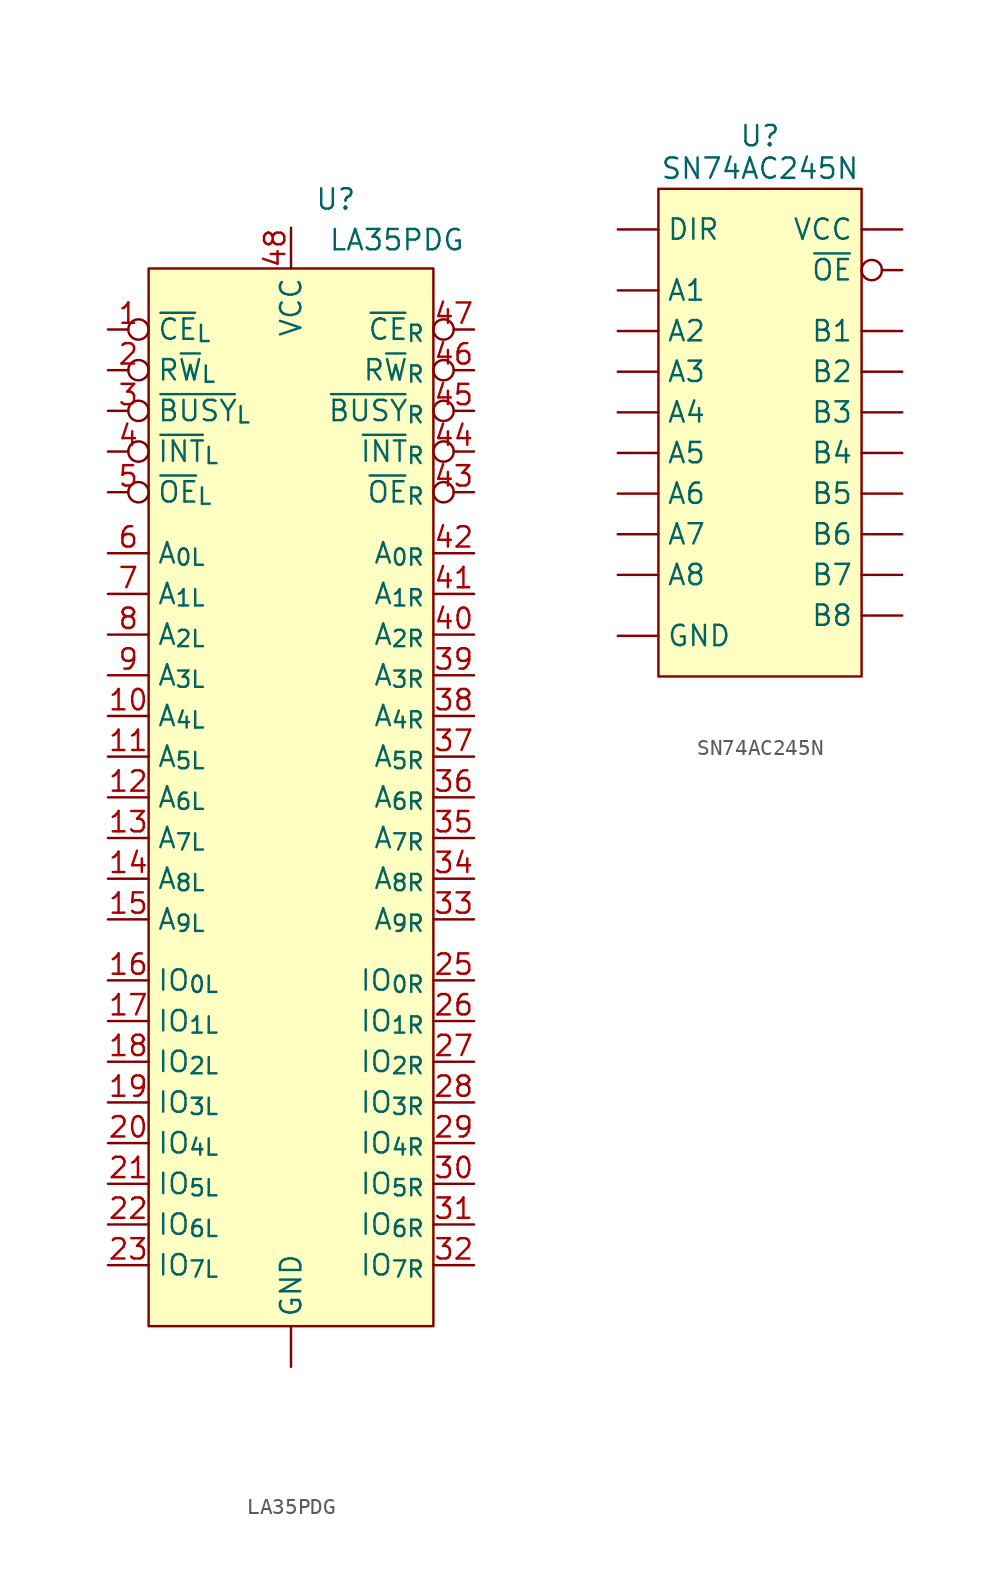
<source format=kicad_sym>
(kicad_symbol_lib
  (version 20231120)
  (generator "kicad_symbol_editor")
  (generator_version "8.0")
  (symbol "LA35PDG"
    (property "Reference" "U"
      (at 2.794 37.338 0)
      (effects (font (size 1.27 1.27))))
    (property "Value" "LA35PDG"
      (at 6.604 34.798 0)
      (effects (font (size 1.27 1.27))))
    (symbol "LA35PDG_1_1"
      (rectangle (start -8.89 33.02) (end 8.89 -33.02) (stroke (width 0) (type default)) (fill (type background)))
      (pin power_in line (at 0 -35.56 90) (length 2.54) (name "GND" (effects (font (size 1.27 1.27)))) (number "" (effects (font (size 1.27 1.27)))))
      (pin input inverted (at -11.43 29.21 0) (length 2.54) (name "~{CE}_{L}" (effects (font (size 1.27 1.27)))) (number "1" (effects (font (size 1.27 1.27)))))
      (pin input line (at -11.43 5.08 0) (length 2.54) (name "A_{4L}" (effects (font (size 1.27 1.27)))) (number "10" (effects (font (size 1.27 1.27)))))
      (pin input line (at -11.43 2.54 0) (length 2.54) (name "A_{5L}" (effects (font (size 1.27 1.27)))) (number "11" (effects (font (size 1.27 1.27)))))
      (pin input line (at -11.43 0 0) (length 2.54) (name "A_{6L}" (effects (font (size 1.27 1.27)))) (number "12" (effects (font (size 1.27 1.27)))))
      (pin input line (at -11.43 -2.54 0) (length 2.54) (name "A_{7L}" (effects (font (size 1.27 1.27)))) (number "13" (effects (font (size 1.27 1.27)))))
      (pin input line (at -11.43 -5.08 0) (length 2.54) (name "A_{8L}" (effects (font (size 1.27 1.27)))) (number "14" (effects (font (size 1.27 1.27)))))
      (pin input line (at -11.43 -7.62 0) (length 2.54) (name "A_{9L}" (effects (font (size 1.27 1.27)))) (number "15" (effects (font (size 1.27 1.27)))))
      (pin bidirectional line (at -11.43 -11.43 0) (length 2.54) (name "IO_{0L}" (effects (font (size 1.27 1.27)))) (number "16" (effects (font (size 1.27 1.27)))))
      (pin bidirectional line (at -11.43 -13.97 0) (length 2.54) (name "IO_{1L}" (effects (font (size 1.27 1.27)))) (number "17" (effects (font (size 1.27 1.27)))))
      (pin bidirectional line (at -11.43 -16.51 0) (length 2.54) (name "IO_{2L}" (effects (font (size 1.27 1.27)))) (number "18" (effects (font (size 1.27 1.27)))))
      (pin bidirectional line (at -11.43 -19.05 0) (length 2.54) (name "IO_{3L}" (effects (font (size 1.27 1.27)))) (number "19" (effects (font (size 1.27 1.27)))))
      (pin input inverted (at -11.43 26.67 0) (length 2.54) (name "R~{W}_{L}" (effects (font (size 1.27 1.27)))) (number "2" (effects (font (size 1.27 1.27)))))
      (pin bidirectional line (at -11.43 -21.59 0) (length 2.54) (name "IO_{4L}" (effects (font (size 1.27 1.27)))) (number "20" (effects (font (size 1.27 1.27)))))
      (pin bidirectional line (at -11.43 -24.13 0) (length 2.54) (name "IO_{5L}" (effects (font (size 1.27 1.27)))) (number "21" (effects (font (size 1.27 1.27)))))
      (pin bidirectional line (at -11.43 -26.67 0) (length 2.54) (name "IO_{6L}" (effects (font (size 1.27 1.27)))) (number "22" (effects (font (size 1.27 1.27)))))
      (pin bidirectional line (at -11.43 -29.21 0) (length 2.54) (name "IO_{7L}" (effects (font (size 1.27 1.27)))) (number "23" (effects (font (size 1.27 1.27)))))
      (pin bidirectional line (at 11.43 -11.43 180) (length 2.54) (name "IO_{0R}" (effects (font (size 1.27 1.27)))) (number "25" (effects (font (size 1.27 1.27)))))
      (pin bidirectional line (at 11.43 -13.97 180) (length 2.54) (name "IO_{1R}" (effects (font (size 1.27 1.27)))) (number "26" (effects (font (size 1.27 1.27)))))
      (pin bidirectional line (at 11.43 -16.51 180) (length 2.54) (name "IO_{2R}" (effects (font (size 1.27 1.27)))) (number "27" (effects (font (size 1.27 1.27)))))
      (pin bidirectional line (at 11.43 -19.05 180) (length 2.54) (name "IO_{3R}" (effects (font (size 1.27 1.27)))) (number "28" (effects (font (size 1.27 1.27)))))
      (pin bidirectional line (at 11.43 -21.59 180) (length 2.54) (name "IO_{4R}" (effects (font (size 1.27 1.27)))) (number "29" (effects (font (size 1.27 1.27)))))
      (pin output inverted (at -11.43 24.13 0) (length 2.54) (name "~{BUSY}_{L}" (effects (font (size 1.27 1.27)))) (number "3" (effects (font (size 1.27 1.27)))))
      (pin bidirectional line (at 11.43 -24.13 180) (length 2.54) (name "IO_{5R}" (effects (font (size 1.27 1.27)))) (number "30" (effects (font (size 1.27 1.27)))))
      (pin bidirectional line (at 11.43 -26.67 180) (length 2.54) (name "IO_{6R}" (effects (font (size 1.27 1.27)))) (number "31" (effects (font (size 1.27 1.27)))))
      (pin bidirectional line (at 11.43 -29.21 180) (length 2.54) (name "IO_{7R}" (effects (font (size 1.27 1.27)))) (number "32" (effects (font (size 1.27 1.27)))))
      (pin input line (at 11.43 -7.62 180) (length 2.54) (name "A_{9R}" (effects (font (size 1.27 1.27)))) (number "33" (effects (font (size 1.27 1.27)))))
      (pin input line (at 11.43 -5.08 180) (length 2.54) (name "A_{8R}" (effects (font (size 1.27 1.27)))) (number "34" (effects (font (size 1.27 1.27)))))
      (pin input line (at 11.43 -2.54 180) (length 2.54) (name "A_{7R}" (effects (font (size 1.27 1.27)))) (number "35" (effects (font (size 1.27 1.27)))))
      (pin input line (at 11.43 0 180) (length 2.54) (name "A_{6R}" (effects (font (size 1.27 1.27)))) (number "36" (effects (font (size 1.27 1.27)))))
      (pin input line (at 11.43 2.54 180) (length 2.54) (name "A_{5R}" (effects (font (size 1.27 1.27)))) (number "37" (effects (font (size 1.27 1.27)))))
      (pin input line (at 11.43 5.08 180) (length 2.54) (name "A_{4R}" (effects (font (size 1.27 1.27)))) (number "38" (effects (font (size 1.27 1.27)))))
      (pin input line (at 11.43 7.62 180) (length 2.54) (name "A_{3R}" (effects (font (size 1.27 1.27)))) (number "39" (effects (font (size 1.27 1.27)))))
      (pin output inverted (at -11.43 21.59 0) (length 2.54) (name "~{INT}_{L}" (effects (font (size 1.27 1.27)))) (number "4" (effects (font (size 1.27 1.27)))))
      (pin input line (at 11.43 10.16 180) (length 2.54) (name "A_{2R}" (effects (font (size 1.27 1.27)))) (number "40" (effects (font (size 1.27 1.27)))))
      (pin input line (at 11.43 12.7 180) (length 2.54) (name "A_{1R}" (effects (font (size 1.27 1.27)))) (number "41" (effects (font (size 1.27 1.27)))))
      (pin input line (at 11.43 15.24 180) (length 2.54) (name "A_{0R}" (effects (font (size 1.27 1.27)))) (number "42" (effects (font (size 1.27 1.27)))))
      (pin input inverted (at 11.43 19.05 180) (length 2.54) (name "~{OE}_{R}" (effects (font (size 1.27 1.27)))) (number "43" (effects (font (size 1.27 1.27)))))
      (pin output inverted (at 11.43 21.59 180) (length 2.54) (name "~{INT}_{R}" (effects (font (size 1.27 1.27)))) (number "44" (effects (font (size 1.27 1.27)))))
      (pin output inverted (at 11.43 24.13 180) (length 2.54) (name "~{BUSY}_{R}" (effects (font (size 1.27 1.27)))) (number "45" (effects (font (size 1.27 1.27)))))
      (pin input inverted (at 11.43 26.67 180) (length 2.54) (name "R~{W}_{R}" (effects (font (size 1.27 1.27)))) (number "46" (effects (font (size 1.27 1.27)))))
      (pin input inverted (at 11.43 29.21 180) (length 2.54) (name "~{CE}_{R}" (effects (font (size 1.27 1.27)))) (number "47" (effects (font (size 1.27 1.27)))))
      (pin power_in line (at 0 35.56 270) (length 2.54) (name "VCC" (effects (font (size 1.27 1.27)))) (number "48" (effects (font (size 1.27 1.27)))))
      (pin input inverted (at -11.43 19.05 0) (length 2.54) (name "~{OE}_{L}" (effects (font (size 1.27 1.27)))) (number "5" (effects (font (size 1.27 1.27)))))
      (pin input line (at -11.43 15.24 0) (length 2.54) (name "A_{0L}" (effects (font (size 1.27 1.27)))) (number "6" (effects (font (size 1.27 1.27)))))
      (pin input line (at -11.43 12.7 0) (length 2.54) (name "A_{1L}" (effects (font (size 1.27 1.27)))) (number "7" (effects (font (size 1.27 1.27)))))
      (pin input line (at -11.43 10.16 0) (length 2.54) (name "A_{2L}" (effects (font (size 1.27 1.27)))) (number "8" (effects (font (size 1.27 1.27)))))
      (pin input line (at -11.43 7.62 0) (length 2.54) (name "A_{3L}" (effects (font (size 1.27 1.27)))) (number "9" (effects (font (size 1.27 1.27)))))))
  (symbol "SN74AC245N"
    (property "Reference" "U"
      (at 0 16.002 0)
      (effects (font (size 1.27 1.27))))
    (property "Value" "SN74AC245N"
      (at 0 13.97 0)
      (effects (font (size 1.27 1.27))))
    (symbol "SN74AC245N_1_1"
      (rectangle (start -6.35 12.7) (end 6.35 -17.78) (stroke (width 0) (type default)) (fill (type background)))
      (pin bidirectional line (at -8.89 6.35 0) (length 2.54) (name "A1" (effects (font (size 1.27 1.27)))) (number "" (effects (font (size 1.27 1.27)))))
      (pin bidirectional line (at -8.89 3.81 0) (length 2.54) (name "A2" (effects (font (size 1.27 1.27)))) (number "" (effects (font (size 1.27 1.27)))))
      (pin bidirectional line (at -8.89 1.27 0) (length 2.54) (name "A3" (effects (font (size 1.27 1.27)))) (number "" (effects (font (size 1.27 1.27)))))
      (pin bidirectional line (at -8.89 -1.27 0) (length 2.54) (name "A4" (effects (font (size 1.27 1.27)))) (number "" (effects (font (size 1.27 1.27)))))
      (pin bidirectional line (at -8.89 -3.81 0) (length 2.54) (name "A5" (effects (font (size 1.27 1.27)))) (number "" (effects (font (size 1.27 1.27)))))
      (pin bidirectional line (at -8.89 -6.35 0) (length 2.54) (name "A6" (effects (font (size 1.27 1.27)))) (number "" (effects (font (size 1.27 1.27)))))
      (pin bidirectional line (at -8.89 -8.89 0) (length 2.54) (name "A7" (effects (font (size 1.27 1.27)))) (number "" (effects (font (size 1.27 1.27)))))
      (pin bidirectional line (at -8.89 -11.43 0) (length 2.54) (name "A8" (effects (font (size 1.27 1.27)))) (number "" (effects (font (size 1.27 1.27)))))
      (pin bidirectional line (at 8.89 3.81 180) (length 2.54) (name "B1" (effects (font (size 1.27 1.27)))) (number "" (effects (font (size 1.27 1.27)))))
      (pin bidirectional line (at 8.89 1.27 180) (length 2.54) (name "B2" (effects (font (size 1.27 1.27)))) (number "" (effects (font (size 1.27 1.27)))))
      (pin bidirectional line (at 8.89 -1.27 180) (length 2.54) (name "B3" (effects (font (size 1.27 1.27)))) (number "" (effects (font (size 1.27 1.27)))))
      (pin bidirectional line (at 8.89 -3.81 180) (length 2.54) (name "B4" (effects (font (size 1.27 1.27)))) (number "" (effects (font (size 1.27 1.27)))))
      (pin bidirectional line (at 8.89 -6.35 180) (length 2.54) (name "B5" (effects (font (size 1.27 1.27)))) (number "" (effects (font (size 1.27 1.27)))))
      (pin bidirectional line (at 8.89 -8.89 180) (length 2.54) (name "B6" (effects (font (size 1.27 1.27)))) (number "" (effects (font (size 1.27 1.27)))))
      (pin bidirectional line (at 8.89 -11.43 180) (length 2.54) (name "B7" (effects (font (size 1.27 1.27)))) (number "" (effects (font (size 1.27 1.27)))))
      (pin bidirectional line (at 8.89 -13.97 180) (length 2.54) (name "B8" (effects (font (size 1.27 1.27)))) (number "" (effects (font (size 1.27 1.27)))))
      (pin input line (at -8.89 10.16 0) (length 2.54) (name "DIR" (effects (font (size 1.27 1.27)))) (number "" (effects (font (size 1.27 1.27)))))
      (pin power_in line (at -8.89 -15.24 0) (length 2.54) (name "GND" (effects (font (size 1.27 1.27)))) (number "" (effects (font (size 1.27 1.27)))))
      (pin power_in line (at 8.89 10.16 180) (length 2.54) (name "VCC" (effects (font (size 1.27 1.27)))) (number "" (effects (font (size 1.27 1.27)))))
      (pin input inverted (at 8.89 7.62 180) (length 2.54) (name "~{OE}" (effects (font (size 1.27 1.27)))) (number "" (effects (font (size 1.27 1.27))))))))
</source>
